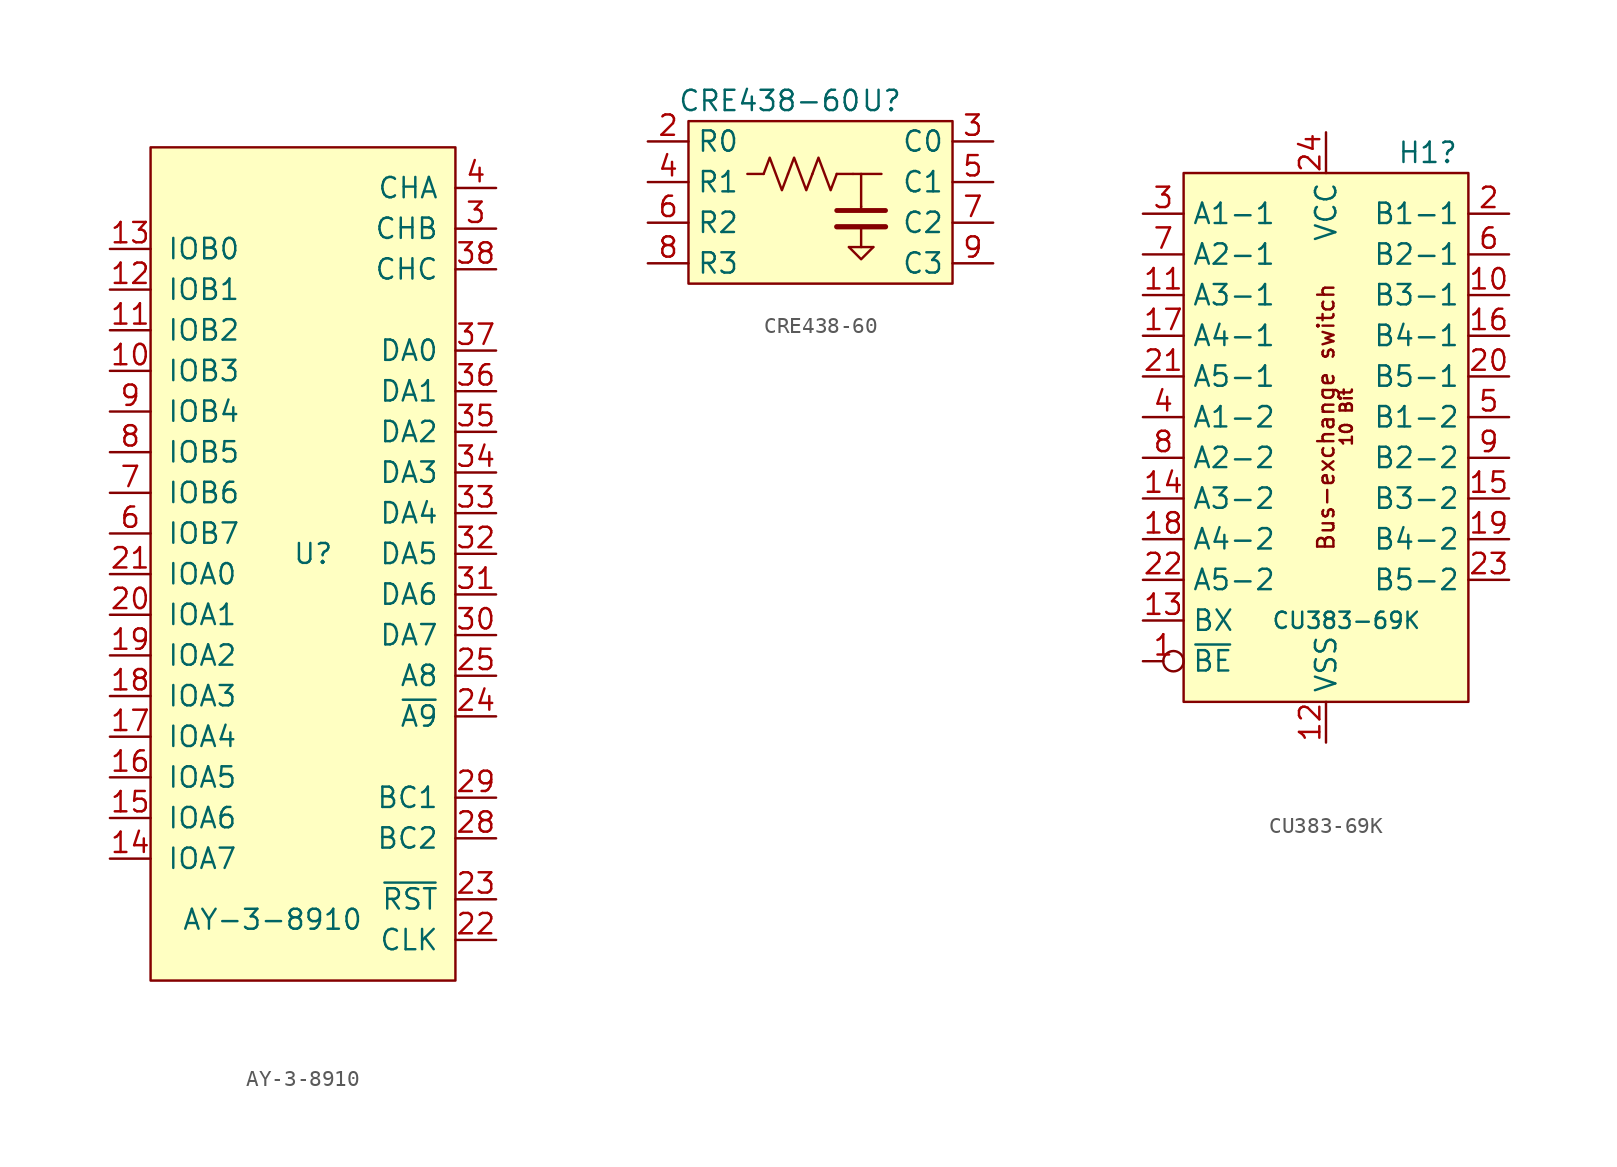
<source format=kicad_sym>
(kicad_symbol_lib
  (version 20211014)
  (generator kicad_symbol_editor)
  (symbol "AY-3-8910"
    (pin_names
      (offset 1.016))
    (property "Reference" "U"
      (at 0 0 0)
      (effects (font (size 1.245 1.245))))
    (property "Value" "AY-3-8910"
      (at -2.54 -22.86 0)
      (effects (font (size 1.245 1.245))))
    (symbol "AY-3-8910_0_1"
      (rectangle (start 8.89 25.4) (end -10.16 -26.67) (stroke (width 0) (type default) (color 0 0 0 0)) (fill (type background))))
    (symbol "AY-3-8910_1_1"
      (pin bidirectional line (at -12.7 11.43 0) (length 2.54) (name "IOB3" (effects (font (size 1.27 1.27)))) (number "10" (effects (font (size 1.27 1.27)))))
      (pin bidirectional line (at -12.7 13.97 0) (length 2.54) (name "IOB2" (effects (font (size 1.27 1.27)))) (number "11" (effects (font (size 1.27 1.27)))))
      (pin bidirectional line (at -12.7 16.51 0) (length 2.54) (name "IOB1" (effects (font (size 1.27 1.27)))) (number "12" (effects (font (size 1.27 1.27)))))
      (pin bidirectional line (at -12.7 19.05 0) (length 2.54) (name "IOB0" (effects (font (size 1.27 1.27)))) (number "13" (effects (font (size 1.27 1.27)))))
      (pin bidirectional line (at -12.7 -19.05 0) (length 2.54) (name "IOA7" (effects (font (size 1.27 1.27)))) (number "14" (effects (font (size 1.27 1.27)))))
      (pin bidirectional line (at -12.7 -16.51 0) (length 2.54) (name "IOA6" (effects (font (size 1.27 1.27)))) (number "15" (effects (font (size 1.27 1.27)))))
      (pin bidirectional line (at -12.7 -13.97 0) (length 2.54) (name "IOA5" (effects (font (size 1.27 1.27)))) (number "16" (effects (font (size 1.27 1.27)))))
      (pin bidirectional line (at -12.7 -11.43 0) (length 2.54) (name "IOA4" (effects (font (size 1.27 1.27)))) (number "17" (effects (font (size 1.27 1.27)))))
      (pin bidirectional line (at -12.7 -8.89 0) (length 2.54) (name "IOA3" (effects (font (size 1.27 1.27)))) (number "18" (effects (font (size 1.27 1.27)))))
      (pin bidirectional line (at -12.7 -6.35 0) (length 2.54) (name "IOA2" (effects (font (size 1.27 1.27)))) (number "19" (effects (font (size 1.27 1.27)))))
      (pin bidirectional line (at -12.7 -3.81 0) (length 2.54) (name "IOA1" (effects (font (size 1.27 1.27)))) (number "20" (effects (font (size 1.27 1.27)))))
      (pin bidirectional line (at -12.7 -1.27 0) (length 2.54) (name "IOA0" (effects (font (size 1.27 1.27)))) (number "21" (effects (font (size 1.27 1.27)))))
      (pin input line (at 11.43 -24.13 180) (length 2.54) (name "CLK" (effects (font (size 1.27 1.27)))) (number "22" (effects (font (size 1.27 1.27)))))
      (pin input line (at 11.43 -21.59 180) (length 2.54) (name "~{RST}" (effects (font (size 1.27 1.27)))) (number "23" (effects (font (size 1.27 1.27)))))
      (pin input line (at 11.43 -10.16 180) (length 2.54) (name "~{A9}" (effects (font (size 1.27 1.27)))) (number "24" (effects (font (size 1.27 1.27)))))
      (pin input line (at 11.43 -7.62 180) (length 2.54) (name "A8" (effects (font (size 1.27 1.27)))) (number "25" (effects (font (size 1.27 1.27)))))
      (pin input line (at 11.43 -17.78 180) (length 2.54) (name "BC2" (effects (font (size 1.27 1.27)))) (number "28" (effects (font (size 1.27 1.27)))))
      (pin input line (at 11.43 -15.24 180) (length 2.54) (name "BC1" (effects (font (size 1.27 1.27)))) (number "29" (effects (font (size 1.27 1.27)))))
      (pin output line (at 11.43 20.32 180) (length 2.54) (name "CHB" (effects (font (size 1.27 1.27)))) (number "3" (effects (font (size 1.27 1.27)))))
      (pin bidirectional line (at 11.43 -5.08 180) (length 2.54) (name "DA7" (effects (font (size 1.27 1.27)))) (number "30" (effects (font (size 1.27 1.27)))))
      (pin bidirectional line (at 11.43 -2.54 180) (length 2.54) (name "DA6" (effects (font (size 1.27 1.27)))) (number "31" (effects (font (size 1.27 1.27)))))
      (pin bidirectional line (at 11.43 0 180) (length 2.54) (name "DA5" (effects (font (size 1.27 1.27)))) (number "32" (effects (font (size 1.27 1.27)))))
      (pin bidirectional line (at 11.43 2.54 180) (length 2.54) (name "DA4" (effects (font (size 1.27 1.27)))) (number "33" (effects (font (size 1.27 1.27)))))
      (pin bidirectional line (at 11.43 5.08 180) (length 2.54) (name "DA3" (effects (font (size 1.27 1.27)))) (number "34" (effects (font (size 1.27 1.27)))))
      (pin bidirectional line (at 11.43 7.62 180) (length 2.54) (name "DA2" (effects (font (size 1.27 1.27)))) (number "35" (effects (font (size 1.27 1.27)))))
      (pin bidirectional line (at 11.43 10.16 180) (length 2.54) (name "DA1" (effects (font (size 1.27 1.27)))) (number "36" (effects (font (size 1.27 1.27)))))
      (pin bidirectional line (at 11.43 12.7 180) (length 2.54) (name "DA0" (effects (font (size 1.27 1.27)))) (number "37" (effects (font (size 1.27 1.27)))))
      (pin output line (at 11.43 17.78 180) (length 2.54) (name "CHC" (effects (font (size 1.27 1.27)))) (number "38" (effects (font (size 1.27 1.27)))))
      (pin output line (at 11.43 22.86 180) (length 2.54) (name "CHA" (effects (font (size 1.27 1.27)))) (number "4" (effects (font (size 1.27 1.27)))))
      (pin bidirectional line (at -12.7 1.27 0) (length 2.54) (name "IOB7" (effects (font (size 1.27 1.27)))) (number "6" (effects (font (size 1.27 1.27)))))
      (pin bidirectional line (at -12.7 3.81 0) (length 2.54) (name "IOB6" (effects (font (size 1.27 1.27)))) (number "7" (effects (font (size 1.27 1.27)))))
      (pin bidirectional line (at -12.7 6.35 0) (length 2.54) (name "IOB5" (effects (font (size 1.27 1.27)))) (number "8" (effects (font (size 1.27 1.27)))))
      (pin bidirectional line (at -12.7 8.89 0) (length 2.54) (name "IOB4" (effects (font (size 1.27 1.27)))) (number "9" (effects (font (size 1.27 1.27)))))))
  (symbol "CRE438-60"
    (property "Reference" "U"
      (at 5.715 6.35 0)
      (effects (font (size 1.27 1.27))))
    (property "Value" "CRE438-60"
      (at -1.27 6.35 0)
      (effects (font (size 1.27 1.27))))
    (symbol "CRE438-60_0_1"
      (rectangle (start -6.35 5.08) (end 10.16 -5.08) (stroke (width 0.152) (type default) (color 0 0 0 0)) (fill (type background)))
      (polyline (pts (xy -1.651 1.778) (xy -2.667 1.778)) (stroke (width 0.152) (type default) (color 0 0 0 0)) (fill (type none)))
      (polyline (pts (xy 2.921 -1.524) (xy 5.969 -1.524)) (stroke (width 0.33) (type default) (color 0 0 0 0)) (fill (type none)))
      (polyline (pts (xy 2.921 -0.508) (xy 5.969 -0.508)) (stroke (width 0.305) (type default) (color 0 0 0 0)) (fill (type none)))
      (polyline (pts (xy 3.683 -2.794) (xy 5.207 -2.794)) (stroke (width 0.152) (type default) (color 0 0 0 0)) (fill (type none)))
      (polyline (pts (xy 3.937 1.778) (xy 2.921 1.778)) (stroke (width 0.152) (type default) (color 0 0 0 0)) (fill (type none)))
      (polyline (pts (xy 3.937 1.778) (xy 5.715 1.778)) (stroke (width 0.152) (type default) (color 0 0 0 0)) (fill (type none)))
      (polyline (pts (xy 4.445 -1.524) (xy 4.445 -2.794)) (stroke (width 0.152) (type default) (color 0 0 0 0)) (fill (type none)))
      (polyline (pts (xy 4.445 -0.254) (xy 4.445 -0.508)) (stroke (width 0.152) (type default) (color 0 0 0 0)) (fill (type none)))
      (polyline (pts (xy 4.445 1.778) (xy 4.445 -0.254)) (stroke (width 0.152) (type default) (color 0 0 0 0)) (fill (type none)))
      (polyline (pts (xy 5.207 -2.794) (xy 4.445 -3.556) (xy 3.683 -2.794)) (stroke (width 0.152) (type default) (color 0 0 0 0)) (fill (type none)))
      (polyline (pts (xy -1.651 1.778) (xy -1.27 2.794) (xy -0.889 1.778) (xy -0.508 0.762) (xy -0.127 1.778)) (stroke (width 0) (type default) (color 0 0 0 0)) (fill (type none)))
      (polyline (pts (xy -0.127 1.778) (xy 0.254 2.794) (xy 0.635 1.778) (xy 1.016 0.762) (xy 1.397 1.778)) (stroke (width 0) (type default) (color 0 0 0 0)) (fill (type none)))
      (polyline (pts (xy 1.397 1.778) (xy 1.778 2.794) (xy 2.159 1.778) (xy 2.54 0.762) (xy 2.921 1.778)) (stroke (width 0) (type default) (color 0 0 0 0)) (fill (type none))))
    (symbol "CRE438-60_1_1"
      (pin power_in line (at 1.905 5.08 270) (length 2.54) hide (name "VCC" (effects (font (size 1.27 1.27)))) (number "1" (effects (font (size 1.27 1.27)))))
      (pin power_in line (at 1.905 -5.08 90) (length 2.54) hide (name "VSS" (effects (font (size 1.27 1.27)))) (number "10" (effects (font (size 1.27 1.27)))))
      (pin input line (at -8.89 3.81 0) (length 2.54) (name "R0" (effects (font (size 1.27 1.27)))) (number "2" (effects (font (size 1.27 1.27)))))
      (pin output line (at 12.7 3.81 180) (length 2.54) (name "C0" (effects (font (size 1.27 1.27)))) (number "3" (effects (font (size 1.27 1.27)))))
      (pin input line (at -8.89 1.27 0) (length 2.54) (name "R1" (effects (font (size 1.27 1.27)))) (number "4" (effects (font (size 1.27 1.27)))))
      (pin output line (at 12.7 1.27 180) (length 2.54) (name "C1" (effects (font (size 1.27 1.27)))) (number "5" (effects (font (size 1.27 1.27)))))
      (pin input line (at -8.89 -1.27 0) (length 2.54) (name "R2" (effects (font (size 1.27 1.27)))) (number "6" (effects (font (size 1.27 1.27)))))
      (pin output line (at 12.7 -1.27 180) (length 2.54) (name "C2" (effects (font (size 1.27 1.27)))) (number "7" (effects (font (size 1.27 1.27)))))
      (pin input line (at -8.89 -3.81 0) (length 2.54) (name "R3" (effects (font (size 1.27 1.27)))) (number "8" (effects (font (size 1.27 1.27)))))
      (pin output line (at 12.7 -3.81 180) (length 2.54) (name "C3" (effects (font (size 1.27 1.27)))) (number "9" (effects (font (size 1.27 1.27)))))))
  (symbol "CU383-69K"
    (property "Reference" "H1"
      (at 6.35 17.78 0)
      (effects (font (size 1.27 1.27))))
    (property "Value" "CU383-69K"
      (at 1.27 -11.43 0)
      (effects (font (size 1.016 1.016))))
    (symbol "CU383-69K_0_0"
      (text "10 Bit" (at 1.27 1.27 900) (effects (font (size 0.762 0.762))))
      (text "Bus-exchange switch" (at 0 1.27 900) (effects (font (size 1.016 1.016)))))
    (symbol "CU383-69K_0_1"
      (rectangle (start -8.89 16.51) (end 8.89 -16.51) (stroke (width 0.152) (type default) (color 0 0 0 0)) (fill (type background))))
    (symbol "CU383-69K_1_1"
      (pin input inverted (at -11.43 -13.97 0) (length 2.54) (name "~{BE}" (effects (font (size 1.27 1.27)))) (number "1" (effects (font (size 1.27 1.27)))))
      (pin bidirectional line (at 11.43 8.89 180) (length 2.54) (name "B3-1" (effects (font (size 1.27 1.27)))) (number "10" (effects (font (size 1.27 1.27)))))
      (pin bidirectional line (at -11.43 8.89 0) (length 2.54) (name "A3-1" (effects (font (size 1.27 1.27)))) (number "11" (effects (font (size 1.27 1.27)))))
      (pin power_in line (at 0 -19.05 90) (length 2.54) (name "VSS" (effects (font (size 1.27 1.27)))) (number "12" (effects (font (size 1.27 1.27)))))
      (pin input line (at -11.43 -11.43 0) (length 2.54) (name "BX" (effects (font (size 1.27 1.27)))) (number "13" (effects (font (size 1.27 1.27)))))
      (pin bidirectional line (at -11.43 -3.81 0) (length 2.54) (name "A3-2" (effects (font (size 1.27 1.27)))) (number "14" (effects (font (size 1.27 1.27)))))
      (pin bidirectional line (at 11.43 -3.81 180) (length 2.54) (name "B3-2" (effects (font (size 1.27 1.27)))) (number "15" (effects (font (size 1.27 1.27)))))
      (pin bidirectional line (at 11.43 6.35 180) (length 2.54) (name "B4-1" (effects (font (size 1.27 1.27)))) (number "16" (effects (font (size 1.27 1.27)))))
      (pin bidirectional line (at -11.43 6.35 0) (length 2.54) (name "A4-1" (effects (font (size 1.27 1.27)))) (number "17" (effects (font (size 1.27 1.27)))))
      (pin bidirectional line (at -11.43 -6.35 0) (length 2.54) (name "A4-2" (effects (font (size 1.27 1.27)))) (number "18" (effects (font (size 1.27 1.27)))))
      (pin bidirectional line (at 11.43 -6.35 180) (length 2.54) (name "B4-2" (effects (font (size 1.27 1.27)))) (number "19" (effects (font (size 1.27 1.27)))))
      (pin bidirectional line (at 11.43 13.97 180) (length 2.54) (name "B1-1" (effects (font (size 1.27 1.27)))) (number "2" (effects (font (size 1.27 1.27)))))
      (pin bidirectional line (at 11.43 3.81 180) (length 2.54) (name "B5-1" (effects (font (size 1.27 1.27)))) (number "20" (effects (font (size 1.27 1.27)))))
      (pin bidirectional line (at -11.43 3.81 0) (length 2.54) (name "A5-1" (effects (font (size 1.27 1.27)))) (number "21" (effects (font (size 1.27 1.27)))))
      (pin bidirectional line (at -11.43 -8.89 0) (length 2.54) (name "A5-2" (effects (font (size 1.27 1.27)))) (number "22" (effects (font (size 1.27 1.27)))))
      (pin bidirectional line (at 11.43 -8.89 180) (length 2.54) (name "B5-2" (effects (font (size 1.27 1.27)))) (number "23" (effects (font (size 1.27 1.27)))))
      (pin power_in line (at 0 19.05 270) (length 2.54) (name "VCC" (effects (font (size 1.27 1.27)))) (number "24" (effects (font (size 1.27 1.27)))))
      (pin bidirectional line (at -11.43 13.97 0) (length 2.54) (name "A1-1" (effects (font (size 1.27 1.27)))) (number "3" (effects (font (size 1.27 1.27)))))
      (pin bidirectional line (at -11.43 1.27 0) (length 2.54) (name "A1-2" (effects (font (size 1.27 1.27)))) (number "4" (effects (font (size 1.27 1.27)))))
      (pin bidirectional line (at 11.43 1.27 180) (length 2.54) (name "B1-2" (effects (font (size 1.27 1.27)))) (number "5" (effects (font (size 1.27 1.27)))))
      (pin bidirectional line (at 11.43 11.43 180) (length 2.54) (name "B2-1" (effects (font (size 1.27 1.27)))) (number "6" (effects (font (size 1.27 1.27)))))
      (pin bidirectional line (at -11.43 11.43 0) (length 2.54) (name "A2-1" (effects (font (size 1.27 1.27)))) (number "7" (effects (font (size 1.27 1.27)))))
      (pin bidirectional line (at -11.43 -1.27 0) (length 2.54) (name "A2-2" (effects (font (size 1.27 1.27)))) (number "8" (effects (font (size 1.27 1.27)))))
      (pin bidirectional line (at 11.43 -1.27 180) (length 2.54) (name "B2-2" (effects (font (size 1.27 1.27)))) (number "9" (effects (font (size 1.27 1.27))))))))
</source>
